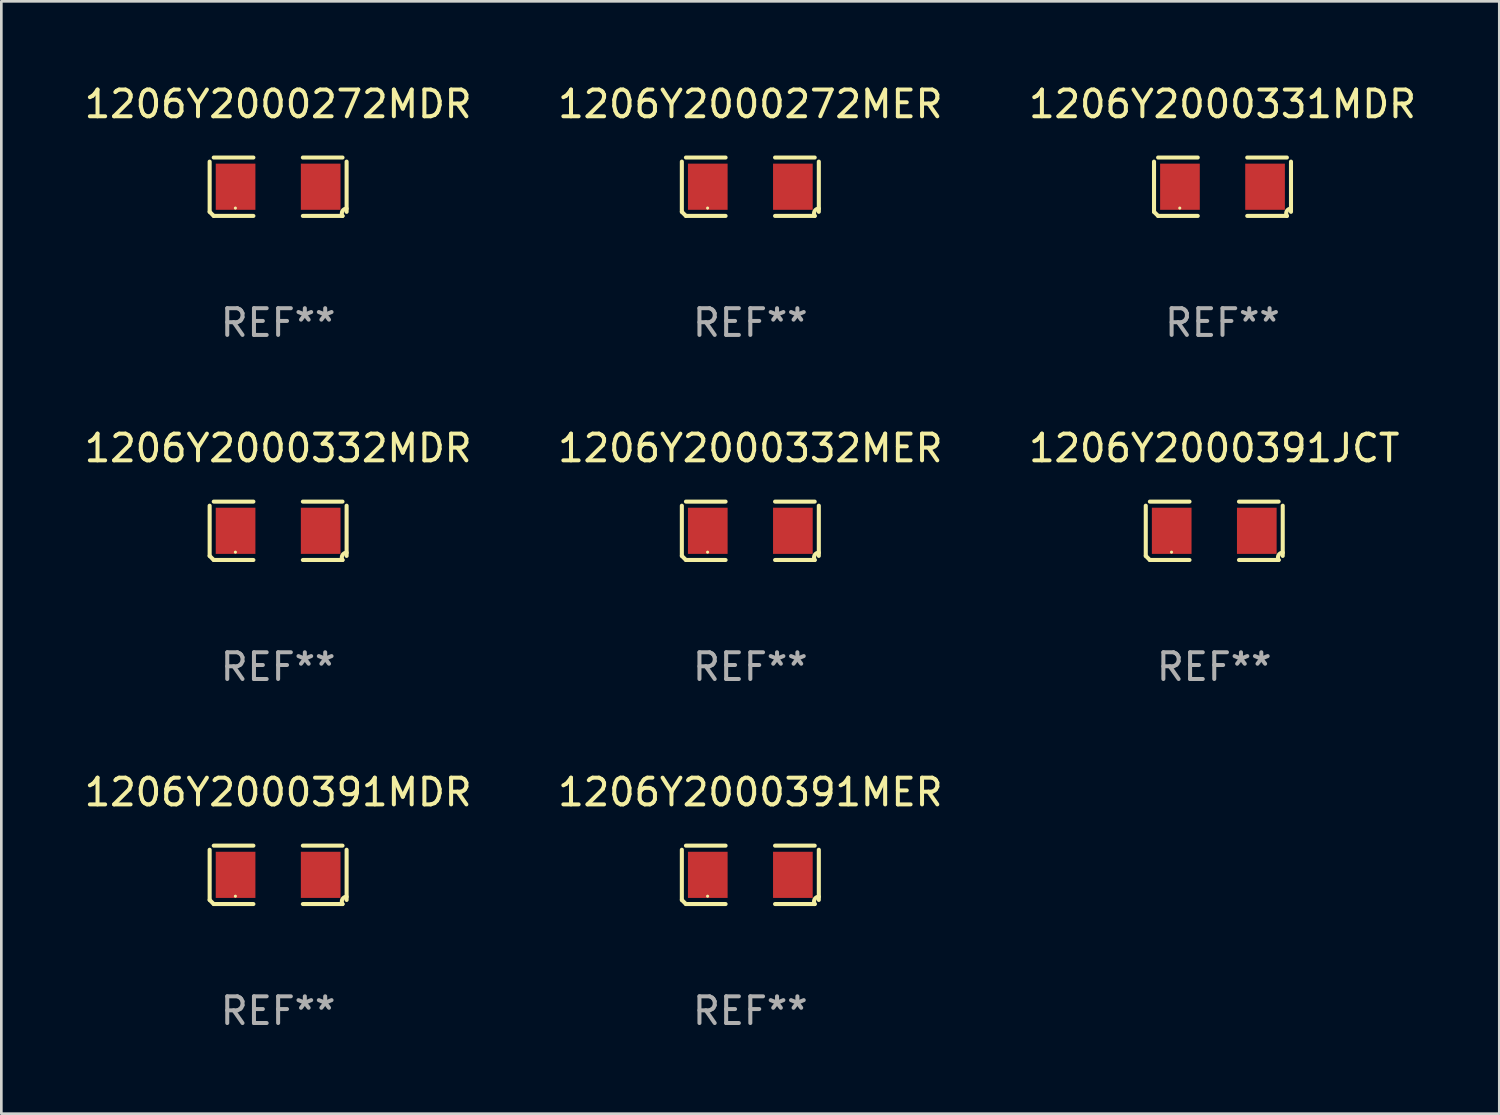
<source format=kicad_pcb>
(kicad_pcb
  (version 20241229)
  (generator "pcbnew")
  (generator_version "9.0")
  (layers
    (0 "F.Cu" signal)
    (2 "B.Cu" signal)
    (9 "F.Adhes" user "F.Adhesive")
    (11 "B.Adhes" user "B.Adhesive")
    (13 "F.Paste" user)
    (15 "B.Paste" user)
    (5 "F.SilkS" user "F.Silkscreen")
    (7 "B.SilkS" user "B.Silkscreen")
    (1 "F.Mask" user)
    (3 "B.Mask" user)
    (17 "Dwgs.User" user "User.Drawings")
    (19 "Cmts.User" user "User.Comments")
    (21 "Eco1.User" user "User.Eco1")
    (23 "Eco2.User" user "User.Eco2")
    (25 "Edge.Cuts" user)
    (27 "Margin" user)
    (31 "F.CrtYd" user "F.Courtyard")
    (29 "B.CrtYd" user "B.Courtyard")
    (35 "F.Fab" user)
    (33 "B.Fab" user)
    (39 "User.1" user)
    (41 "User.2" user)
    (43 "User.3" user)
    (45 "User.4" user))
  (footprint "1206Y2000272MER"
    (layer "F.Cu")
    (at 25.042 3.941)
    (property "Reference" "1206Y2000272MER" (at 0 -3.093 0) (layer "F.SilkS") (effects (font (size 1 1) (thickness 0.15))))
    (attr through_hole)
    (fp_line (start -2.564 0.94) (end -2.564 -0.94) (stroke (width 0.152) (type solid)) (layer "F.SilkS"))
    (fp_line (start -2.411 -1.093) (end -0.926 -1.093) (stroke (width 0.152) (type solid)) (layer "F.SilkS"))
    (fp_line (start -0.926 1.093) (end -2.411 1.093) (stroke (width 0.152) (type solid)) (layer "F.SilkS"))
    (fp_line (start 0.926 1.093) (end 2.411 1.093) (stroke (width 0.152) (type solid)) (layer "F.SilkS"))
    (fp_line (start 2.411 -1.093) (end 0.926 -1.093) (stroke (width 0.152) (type solid)) (layer "F.SilkS"))
    (fp_line (start 2.564 0.94) (end 2.564 -0.94) (stroke (width 0.152) (type solid)) (layer "F.SilkS"))
    (fp_arc (start -2.411201 1.092609) (mid -2.487413 1.01642) (end -2.563602 0.940208) (stroke (width 0.1524) (type solid)) (layer "F.SilkS"))
    (fp_arc (start 2.411201 1.092609) (mid 2.407159 0.911226) (end 2.563602 0.819347) (stroke (width 0.1524) (type solid)) (layer "F.SilkS"))
    (fp_circle (center -1.6 0.8) (end -1.57 0.8) (stroke (width 0.06) (type solid)) (fill no) (layer "F.SilkS"))
    (fp_text user "REF**" (at 0 5.093 0) (layer "F.Fab") (effects (font (size 1 1) (thickness 0.15))))
    (pad "1" smd rect (at -1.593 0) (size 1.485 1.728) (layers "F.Cu" "F.Mask" "F.Paste"))
    (pad "2" smd rect (at 1.593 0) (size 1.485 1.728) (layers "F.Cu" "F.Mask" "F.Paste")))
  (footprint "1206Y2000391MDR"
    (layer "F.Cu")
    (at 7.363 29.704)
    (property "Reference" "1206Y2000391MDR" (at 0 -3.093 0) (layer "F.SilkS") (effects (font (size 1 1) (thickness 0.15))))
    (attr through_hole)
    (fp_line (start -2.564 0.94) (end -2.564 -0.94) (stroke (width 0.152) (type solid)) (layer "F.SilkS"))
    (fp_line (start -2.411 -1.093) (end -0.926 -1.093) (stroke (width 0.152) (type solid)) (layer "F.SilkS"))
    (fp_line (start -0.926 1.093) (end -2.411 1.093) (stroke (width 0.152) (type solid)) (layer "F.SilkS"))
    (fp_line (start 0.926 1.093) (end 2.411 1.093) (stroke (width 0.152) (type solid)) (layer "F.SilkS"))
    (fp_line (start 2.411 -1.093) (end 0.926 -1.093) (stroke (width 0.152) (type solid)) (layer "F.SilkS"))
    (fp_line (start 2.564 0.94) (end 2.564 -0.94) (stroke (width 0.152) (type solid)) (layer "F.SilkS"))
    (fp_arc (start -2.411201 1.092609) (mid -2.487413 1.01642) (end -2.563602 0.940208) (stroke (width 0.1524) (type solid)) (layer "F.SilkS"))
    (fp_arc (start 2.411201 1.092609) (mid 2.407159 0.911226) (end 2.563602 0.819347) (stroke (width 0.1524) (type solid)) (layer "F.SilkS"))
    (fp_circle (center -1.6 0.8) (end -1.57 0.8) (stroke (width 0.06) (type solid)) (fill no) (layer "F.SilkS"))
    (fp_text user "REF**" (at 0 5.093 0) (layer "F.Fab") (effects (font (size 1 1) (thickness 0.15))))
    (pad "1" smd rect (at -1.593 0) (size 1.485 1.728) (layers "F.Cu" "F.Mask" "F.Paste"))
    (pad "2" smd rect (at 1.593 0) (size 1.485 1.728) (layers "F.Cu" "F.Mask" "F.Paste")))
  (footprint "1206Y2000391JCT"
    (layer "F.Cu")
    (at 42.411 16.823)
    (property "Reference" "1206Y2000391JCT" (at 0 -3.093 0) (layer "F.SilkS") (effects (font (size 1 1) (thickness 0.15))))
    (attr through_hole)
    (fp_line (start -2.564 0.94) (end -2.564 -0.94) (stroke (width 0.152) (type solid)) (layer "F.SilkS"))
    (fp_line (start -2.411 -1.093) (end -0.926 -1.093) (stroke (width 0.152) (type solid)) (layer "F.SilkS"))
    (fp_line (start -0.926 1.093) (end -2.411 1.093) (stroke (width 0.152) (type solid)) (layer "F.SilkS"))
    (fp_line (start 0.926 1.093) (end 2.411 1.093) (stroke (width 0.152) (type solid)) (layer "F.SilkS"))
    (fp_line (start 2.411 -1.093) (end 0.926 -1.093) (stroke (width 0.152) (type solid)) (layer "F.SilkS"))
    (fp_line (start 2.564 0.94) (end 2.564 -0.94) (stroke (width 0.152) (type solid)) (layer "F.SilkS"))
    (fp_arc (start -2.411201 1.092609) (mid -2.487413 1.01642) (end -2.563602 0.940208) (stroke (width 0.1524) (type solid)) (layer "F.SilkS"))
    (fp_arc (start 2.411201 1.092609) (mid 2.407159 0.911226) (end 2.563602 0.819347) (stroke (width 0.1524) (type solid)) (layer "F.SilkS"))
    (fp_circle (center -1.6 0.8) (end -1.57 0.8) (stroke (width 0.06) (type solid)) (fill no) (layer "F.SilkS"))
    (fp_text user "REF**" (at 0 5.093 0) (layer "F.Fab") (effects (font (size 1 1) (thickness 0.15))))
    (pad "1" smd rect (at -1.593 0) (size 1.485 1.728) (layers "F.Cu" "F.Mask" "F.Paste"))
    (pad "2" smd rect (at 1.593 0) (size 1.485 1.728) (layers "F.Cu" "F.Mask" "F.Paste")))
  (footprint "1206Y2000332MER"
    (layer "F.Cu")
    (at 25.042 16.823)
    (property "Reference" "1206Y2000332MER" (at 0 -3.093 0) (layer "F.SilkS") (effects (font (size 1 1) (thickness 0.15))))
    (attr through_hole)
    (fp_line (start -2.564 0.94) (end -2.564 -0.94) (stroke (width 0.152) (type solid)) (layer "F.SilkS"))
    (fp_line (start -2.411 -1.093) (end -0.926 -1.093) (stroke (width 0.152) (type solid)) (layer "F.SilkS"))
    (fp_line (start -0.926 1.093) (end -2.411 1.093) (stroke (width 0.152) (type solid)) (layer "F.SilkS"))
    (fp_line (start 0.926 1.093) (end 2.411 1.093) (stroke (width 0.152) (type solid)) (layer "F.SilkS"))
    (fp_line (start 2.411 -1.093) (end 0.926 -1.093) (stroke (width 0.152) (type solid)) (layer "F.SilkS"))
    (fp_line (start 2.564 0.94) (end 2.564 -0.94) (stroke (width 0.152) (type solid)) (layer "F.SilkS"))
    (fp_arc (start -2.411201 1.092609) (mid -2.487413 1.01642) (end -2.563602 0.940208) (stroke (width 0.1524) (type solid)) (layer "F.SilkS"))
    (fp_arc (start 2.411201 1.092609) (mid 2.407159 0.911226) (end 2.563602 0.819347) (stroke (width 0.1524) (type solid)) (layer "F.SilkS"))
    (fp_circle (center -1.6 0.8) (end -1.57 0.8) (stroke (width 0.06) (type solid)) (fill no) (layer "F.SilkS"))
    (fp_text user "REF**" (at 0 5.093 0) (layer "F.Fab") (effects (font (size 1 1) (thickness 0.15))))
    (pad "1" smd rect (at -1.593 0) (size 1.485 1.728) (layers "F.Cu" "F.Mask" "F.Paste"))
    (pad "2" smd rect (at 1.593 0) (size 1.485 1.728) (layers "F.Cu" "F.Mask" "F.Paste")))
  (footprint "1206Y2000391MER"
    (layer "F.Cu")
    (at 25.042 29.704)
    (property "Reference" "1206Y2000391MER" (at 0 -3.093 0) (layer "F.SilkS") (effects (font (size 1 1) (thickness 0.15))))
    (attr through_hole)
    (fp_line (start -2.564 0.94) (end -2.564 -0.94) (stroke (width 0.152) (type solid)) (layer "F.SilkS"))
    (fp_line (start -2.411 -1.093) (end -0.926 -1.093) (stroke (width 0.152) (type solid)) (layer "F.SilkS"))
    (fp_line (start -0.926 1.093) (end -2.411 1.093) (stroke (width 0.152) (type solid)) (layer "F.SilkS"))
    (fp_line (start 0.926 1.093) (end 2.411 1.093) (stroke (width 0.152) (type solid)) (layer "F.SilkS"))
    (fp_line (start 2.411 -1.093) (end 0.926 -1.093) (stroke (width 0.152) (type solid)) (layer "F.SilkS"))
    (fp_line (start 2.564 0.94) (end 2.564 -0.94) (stroke (width 0.152) (type solid)) (layer "F.SilkS"))
    (fp_arc (start -2.411201 1.092609) (mid -2.487413 1.01642) (end -2.563602 0.940208) (stroke (width 0.1524) (type solid)) (layer "F.SilkS"))
    (fp_arc (start 2.411201 1.092609) (mid 2.407159 0.911226) (end 2.563602 0.819347) (stroke (width 0.1524) (type solid)) (layer "F.SilkS"))
    (fp_circle (center -1.6 0.8) (end -1.57 0.8) (stroke (width 0.06) (type solid)) (fill no) (layer "F.SilkS"))
    (fp_text user "REF**" (at 0 5.093 0) (layer "F.Fab") (effects (font (size 1 1) (thickness 0.15))))
    (pad "1" smd rect (at -1.593 0) (size 1.485 1.728) (layers "F.Cu" "F.Mask" "F.Paste"))
    (pad "2" smd rect (at 1.593 0) (size 1.485 1.728) (layers "F.Cu" "F.Mask" "F.Paste")))
  (footprint "1206Y2000272MDR"
    (layer "F.Cu")
    (at 7.363 3.941)
    (property "Reference" "1206Y2000272MDR" (at 0 -3.093 0) (layer "F.SilkS") (effects (font (size 1 1) (thickness 0.15))))
    (attr through_hole)
    (fp_line (start -2.564 0.94) (end -2.564 -0.94) (stroke (width 0.152) (type solid)) (layer "F.SilkS"))
    (fp_line (start -2.411 -1.093) (end -0.926 -1.093) (stroke (width 0.152) (type solid)) (layer "F.SilkS"))
    (fp_line (start -0.926 1.093) (end -2.411 1.093) (stroke (width 0.152) (type solid)) (layer "F.SilkS"))
    (fp_line (start 0.926 1.093) (end 2.411 1.093) (stroke (width 0.152) (type solid)) (layer "F.SilkS"))
    (fp_line (start 2.411 -1.093) (end 0.926 -1.093) (stroke (width 0.152) (type solid)) (layer "F.SilkS"))
    (fp_line (start 2.564 0.94) (end 2.564 -0.94) (stroke (width 0.152) (type solid)) (layer "F.SilkS"))
    (fp_arc (start -2.411201 1.092609) (mid -2.487413 1.01642) (end -2.563602 0.940208) (stroke (width 0.1524) (type solid)) (layer "F.SilkS"))
    (fp_arc (start 2.411201 1.092609) (mid 2.407159 0.911226) (end 2.563602 0.819347) (stroke (width 0.1524) (type solid)) (layer "F.SilkS"))
    (fp_circle (center -1.6 0.8) (end -1.57 0.8) (stroke (width 0.06) (type solid)) (fill no) (layer "F.SilkS"))
    (fp_text user "REF**" (at 0 5.093 0) (layer "F.Fab") (effects (font (size 1 1) (thickness 0.15))))
    (pad "1" smd rect (at -1.593 0) (size 1.485 1.728) (layers "F.Cu" "F.Mask" "F.Paste"))
    (pad "2" smd rect (at 1.593 0) (size 1.485 1.728) (layers "F.Cu" "F.Mask" "F.Paste")))
  (footprint "1206Y2000332MDR"
    (layer "F.Cu")
    (at 7.363 16.823)
    (property "Reference" "1206Y2000332MDR" (at 0 -3.093 0) (layer "F.SilkS") (effects (font (size 1 1) (thickness 0.15))))
    (attr through_hole)
    (fp_line (start -2.564 0.94) (end -2.564 -0.94) (stroke (width 0.152) (type solid)) (layer "F.SilkS"))
    (fp_line (start -2.411 -1.093) (end -0.926 -1.093) (stroke (width 0.152) (type solid)) (layer "F.SilkS"))
    (fp_line (start -0.926 1.093) (end -2.411 1.093) (stroke (width 0.152) (type solid)) (layer "F.SilkS"))
    (fp_line (start 0.926 1.093) (end 2.411 1.093) (stroke (width 0.152) (type solid)) (layer "F.SilkS"))
    (fp_line (start 2.411 -1.093) (end 0.926 -1.093) (stroke (width 0.152) (type solid)) (layer "F.SilkS"))
    (fp_line (start 2.564 0.94) (end 2.564 -0.94) (stroke (width 0.152) (type solid)) (layer "F.SilkS"))
    (fp_arc (start -2.411201 1.092609) (mid -2.487413 1.01642) (end -2.563602 0.940208) (stroke (width 0.1524) (type solid)) (layer "F.SilkS"))
    (fp_arc (start 2.411201 1.092609) (mid 2.407159 0.911226) (end 2.563602 0.819347) (stroke (width 0.1524) (type solid)) (layer "F.SilkS"))
    (fp_circle (center -1.6 0.8) (end -1.57 0.8) (stroke (width 0.06) (type solid)) (fill no) (layer "F.SilkS"))
    (fp_text user "REF**" (at 0 5.093 0) (layer "F.Fab") (effects (font (size 1 1) (thickness 0.15))))
    (pad "1" smd rect (at -1.593 0) (size 1.485 1.728) (layers "F.Cu" "F.Mask" "F.Paste"))
    (pad "2" smd rect (at 1.593 0) (size 1.485 1.728) (layers "F.Cu" "F.Mask" "F.Paste")))
  (footprint "1206Y2000331MDR"
    (layer "F.Cu")
    (at 42.72 3.941)
    (property "Reference" "1206Y2000331MDR" (at 0 -3.093 0) (layer "F.SilkS") (effects (font (size 1 1) (thickness 0.15))))
    (attr through_hole)
    (fp_line (start -2.564 0.94) (end -2.564 -0.94) (stroke (width 0.152) (type solid)) (layer "F.SilkS"))
    (fp_line (start -2.411 -1.093) (end -0.926 -1.093) (stroke (width 0.152) (type solid)) (layer "F.SilkS"))
    (fp_line (start -0.926 1.093) (end -2.411 1.093) (stroke (width 0.152) (type solid)) (layer "F.SilkS"))
    (fp_line (start 0.926 1.093) (end 2.411 1.093) (stroke (width 0.152) (type solid)) (layer "F.SilkS"))
    (fp_line (start 2.411 -1.093) (end 0.926 -1.093) (stroke (width 0.152) (type solid)) (layer "F.SilkS"))
    (fp_line (start 2.564 0.94) (end 2.564 -0.94) (stroke (width 0.152) (type solid)) (layer "F.SilkS"))
    (fp_arc (start -2.411201 1.092609) (mid -2.487413 1.01642) (end -2.563602 0.940208) (stroke (width 0.1524) (type solid)) (layer "F.SilkS"))
    (fp_arc (start 2.411201 1.092609) (mid 2.407159 0.911226) (end 2.563602 0.819347) (stroke (width 0.1524) (type solid)) (layer "F.SilkS"))
    (fp_circle (center -1.6 0.8) (end -1.57 0.8) (stroke (width 0.06) (type solid)) (fill no) (layer "F.SilkS"))
    (fp_text user "REF**" (at 0 5.093 0) (layer "F.Fab") (effects (font (size 1 1) (thickness 0.15))))
    (pad "1" smd rect (at -1.593 0) (size 1.485 1.728) (layers "F.Cu" "F.Mask" "F.Paste"))
    (pad "2" smd rect (at 1.593 0) (size 1.485 1.728) (layers "F.Cu" "F.Mask" "F.Paste")))
  (gr_rect
    (start -3 -3)
    (end 53.083 38.645)
    (stroke (width 0.1) (type default))
    (fill no)
    (layer "Edge.Cuts")))
</source>
